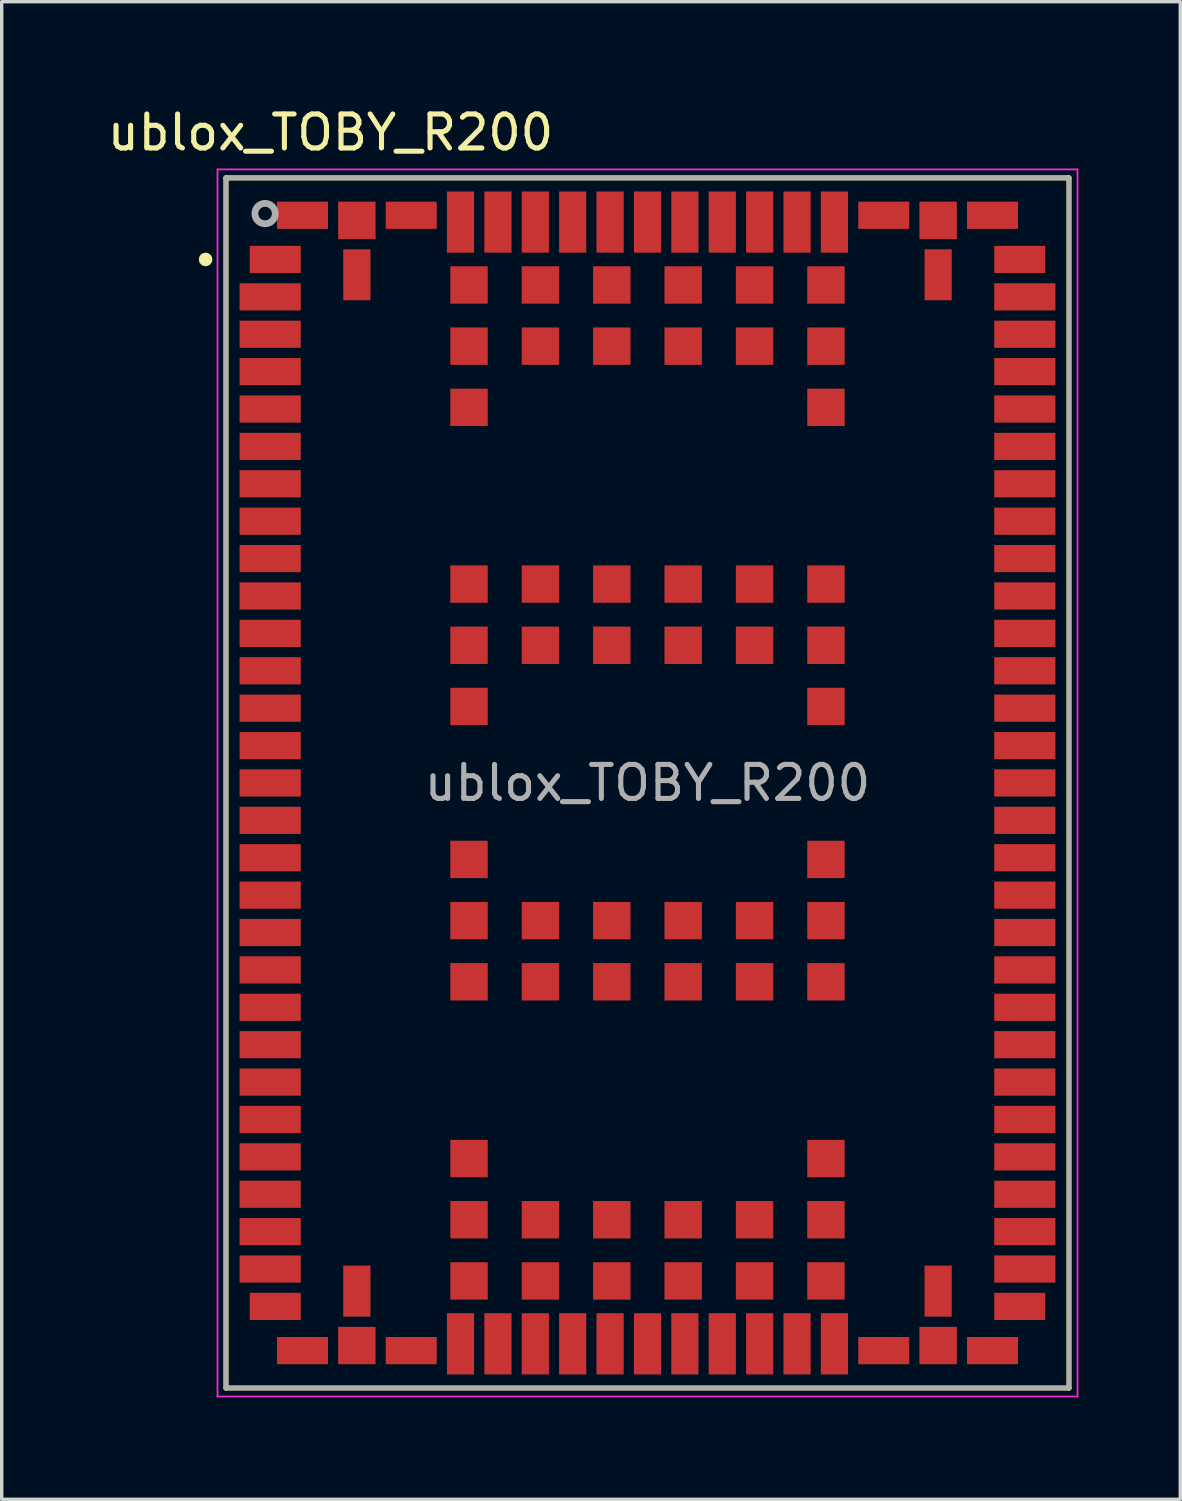
<source format=kicad_pcb>
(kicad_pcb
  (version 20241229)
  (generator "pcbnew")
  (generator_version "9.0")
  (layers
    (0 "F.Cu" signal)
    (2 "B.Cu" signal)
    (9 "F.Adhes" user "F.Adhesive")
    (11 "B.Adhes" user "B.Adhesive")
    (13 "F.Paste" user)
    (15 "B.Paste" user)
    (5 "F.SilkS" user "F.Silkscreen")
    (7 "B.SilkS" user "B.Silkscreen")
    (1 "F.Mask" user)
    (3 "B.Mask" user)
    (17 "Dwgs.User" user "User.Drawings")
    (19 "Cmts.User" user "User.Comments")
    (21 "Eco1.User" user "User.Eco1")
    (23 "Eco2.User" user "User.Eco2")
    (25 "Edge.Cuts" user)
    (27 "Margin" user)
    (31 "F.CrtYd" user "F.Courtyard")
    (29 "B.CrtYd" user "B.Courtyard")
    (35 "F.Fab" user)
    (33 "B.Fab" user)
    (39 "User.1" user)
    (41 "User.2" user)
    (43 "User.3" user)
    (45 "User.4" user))
  (footprint "ublox_TOBY_R200"
    (layer "F.Cu")
    (at 15.998 19.983)
    (property "Reference" "ublox_TOBY_R200" (at -9.325 -19.135 0) (layer "F.SilkS") (effects (font (size 1 1) (thickness 0.15))))
    (attr smd)
    (fp_poly (pts (xy -12.05 -14.75) (xy -10.15 -14.75) (xy -10.15 -13.85) (xy -12.05 -13.85)) (stroke (width 0.01) (type solid)) (fill yes) (layer "F.Mask"))
    (fp_poly (pts (xy -12.05 -13.65) (xy -10.15 -13.65) (xy -10.15 -12.75) (xy -12.05 -12.75)) (stroke (width 0.01) (type solid)) (fill yes) (layer "F.Mask"))
    (fp_poly (pts (xy -12.05 -12.55) (xy -10.15 -12.55) (xy -10.15 -11.65) (xy -12.05 -11.65)) (stroke (width 0.01) (type solid)) (fill yes) (layer "F.Mask"))
    (fp_poly (pts (xy -12.05 -11.45) (xy -10.15 -11.45) (xy -10.15 -10.55) (xy -12.05 -10.55)) (stroke (width 0.01) (type solid)) (fill yes) (layer "F.Mask"))
    (fp_poly (pts (xy -12.05 -10.35) (xy -10.15 -10.35) (xy -10.15 -9.45) (xy -12.05 -9.45)) (stroke (width 0.01) (type solid)) (fill yes) (layer "F.Mask"))
    (fp_poly (pts (xy -12.05 -9.25) (xy -10.15 -9.25) (xy -10.15 -8.35) (xy -12.05 -8.35)) (stroke (width 0.01) (type solid)) (fill yes) (layer "F.Mask"))
    (fp_poly (pts (xy -12.05 -8.15) (xy -10.15 -8.15) (xy -10.15 -7.25) (xy -12.05 -7.25)) (stroke (width 0.01) (type solid)) (fill yes) (layer "F.Mask"))
    (fp_poly (pts (xy -12.05 -7.05) (xy -10.15 -7.05) (xy -10.15 -6.15) (xy -12.05 -6.15)) (stroke (width 0.01) (type solid)) (fill yes) (layer "F.Mask"))
    (fp_poly (pts (xy -12.05 -5.95) (xy -10.15 -5.95) (xy -10.15 -5.05) (xy -12.05 -5.05)) (stroke (width 0.01) (type solid)) (fill yes) (layer "F.Mask"))
    (fp_poly (pts (xy -12.05 -4.85) (xy -10.15 -4.85) (xy -10.15 -3.95) (xy -12.05 -3.95)) (stroke (width 0.01) (type solid)) (fill yes) (layer "F.Mask"))
    (fp_poly (pts (xy -12.05 -3.75) (xy -10.15 -3.75) (xy -10.15 -2.85) (xy -12.05 -2.85)) (stroke (width 0.01) (type solid)) (fill yes) (layer "F.Mask"))
    (fp_poly (pts (xy -12.05 -2.65) (xy -10.15 -2.65) (xy -10.15 -1.75) (xy -12.05 -1.75)) (stroke (width 0.01) (type solid)) (fill yes) (layer "F.Mask"))
    (fp_poly (pts (xy -12.05 -1.55) (xy -10.15 -1.55) (xy -10.15 -0.65) (xy -12.05 -0.65)) (stroke (width 0.01) (type solid)) (fill yes) (layer "F.Mask"))
    (fp_poly (pts (xy -12.05 -0.45) (xy -10.15 -0.45) (xy -10.15 0.45) (xy -12.05 0.45)) (stroke (width 0.01) (type solid)) (fill yes) (layer "F.Mask"))
    (fp_poly (pts (xy -12.05 0.65) (xy -10.15 0.65) (xy -10.15 1.55) (xy -12.05 1.55)) (stroke (width 0.01) (type solid)) (fill yes) (layer "F.Mask"))
    (fp_poly (pts (xy -12.05 1.75) (xy -10.15 1.75) (xy -10.15 2.65) (xy -12.05 2.65)) (stroke (width 0.01) (type solid)) (fill yes) (layer "F.Mask"))
    (fp_poly (pts (xy -12.05 2.85) (xy -10.15 2.85) (xy -10.15 3.75) (xy -12.05 3.75)) (stroke (width 0.01) (type solid)) (fill yes) (layer "F.Mask"))
    (fp_poly (pts (xy -12.05 3.95) (xy -10.15 3.95) (xy -10.15 4.85) (xy -12.05 4.85)) (stroke (width 0.01) (type solid)) (fill yes) (layer "F.Mask"))
    (fp_poly (pts (xy -12.05 5.05) (xy -10.15 5.05) (xy -10.15 5.95) (xy -12.05 5.95)) (stroke (width 0.01) (type solid)) (fill yes) (layer "F.Mask"))
    (fp_poly (pts (xy -12.05 6.15) (xy -10.15 6.15) (xy -10.15 7.05) (xy -12.05 7.05)) (stroke (width 0.01) (type solid)) (fill yes) (layer "F.Mask"))
    (fp_poly (pts (xy -12.05 7.25) (xy -10.15 7.25) (xy -10.15 8.15) (xy -12.05 8.15)) (stroke (width 0.01) (type solid)) (fill yes) (layer "F.Mask"))
    (fp_poly (pts (xy -12.05 8.35) (xy -10.15 8.35) (xy -10.15 9.25) (xy -12.05 9.25)) (stroke (width 0.01) (type solid)) (fill yes) (layer "F.Mask"))
    (fp_poly (pts (xy -12.05 9.45) (xy -10.15 9.45) (xy -10.15 10.35) (xy -12.05 10.35)) (stroke (width 0.01) (type solid)) (fill yes) (layer "F.Mask"))
    (fp_poly (pts (xy -12.05 10.55) (xy -10.15 10.55) (xy -10.15 11.45) (xy -12.05 11.45)) (stroke (width 0.01) (type solid)) (fill yes) (layer "F.Mask"))
    (fp_poly (pts (xy -12.05 11.65) (xy -10.15 11.65) (xy -10.15 12.55) (xy -12.05 12.55)) (stroke (width 0.01) (type solid)) (fill yes) (layer "F.Mask"))
    (fp_poly (pts (xy -12.05 12.75) (xy -10.15 12.75) (xy -10.15 13.65) (xy -12.05 13.65)) (stroke (width 0.01) (type solid)) (fill yes) (layer "F.Mask"))
    (fp_poly (pts (xy -12.05 13.85) (xy -10.15 13.85) (xy -10.15 14.75) (xy -12.05 14.75)) (stroke (width 0.01) (type solid)) (fill yes) (layer "F.Mask"))
    (fp_poly (pts (xy -11.75 -15.85) (xy -10.15 -15.85) (xy -10.15 -14.95) (xy -11.75 -14.95)) (stroke (width 0.01) (type solid)) (fill yes) (layer "F.Mask"))
    (fp_poly (pts (xy -11.75 14.95) (xy -10.15 14.95) (xy -10.15 15.85) (xy -11.75 15.85)) (stroke (width 0.01) (type solid)) (fill yes) (layer "F.Mask"))
    (fp_poly (pts (xy -10.95 -17.15) (xy -9.35 -17.15) (xy -9.35 -16.25) (xy -10.95 -16.25)) (stroke (width 0.01) (type solid)) (fill yes) (layer "F.Mask"))
    (fp_poly (pts (xy -10.95 16.25) (xy -9.35 16.25) (xy -9.35 17.15) (xy -10.95 17.15)) (stroke (width 0.01) (type solid)) (fill yes) (layer "F.Mask"))
    (fp_poly (pts (xy -9.15 -17.15) (xy -7.95 -17.15) (xy -7.95 -15.95) (xy -9.15 -15.95)) (stroke (width 0.01) (type solid)) (fill yes) (layer "F.Mask"))
    (fp_poly (pts (xy -9.15 15.95) (xy -7.95 15.95) (xy -7.95 17.15) (xy -9.15 17.15)) (stroke (width 0.01) (type solid)) (fill yes) (layer "F.Mask"))
    (fp_poly (pts (xy -9 -15.75) (xy -8.1 -15.75) (xy -8.1 -14.15) (xy -9 -14.15)) (stroke (width 0.01) (type solid)) (fill yes) (layer "F.Mask"))
    (fp_poly (pts (xy -9 14.15) (xy -8.1 14.15) (xy -8.1 15.75) (xy -9 15.75)) (stroke (width 0.01) (type solid)) (fill yes) (layer "F.Mask"))
    (fp_poly (pts (xy -7.75 -17.15) (xy -6.15 -17.15) (xy -6.15 -16.25) (xy -7.75 -16.25)) (stroke (width 0.01) (type solid)) (fill yes) (layer "F.Mask"))
    (fp_poly (pts (xy -7.75 16.25) (xy -6.15 16.25) (xy -6.15 17.15) (xy -7.75 17.15)) (stroke (width 0.01) (type solid)) (fill yes) (layer "F.Mask"))
    (fp_poly (pts (xy -5.95 -17.45) (xy -5.05 -17.45) (xy -5.05 -15.55) (xy -5.95 -15.55)) (stroke (width 0.01) (type solid)) (fill yes) (layer "F.Mask"))
    (fp_poly (pts (xy -5.95 15.55) (xy -5.05 15.55) (xy -5.05 17.45) (xy -5.95 17.45)) (stroke (width 0.01) (type solid)) (fill yes) (layer "F.Mask"))
    (fp_poly (pts (xy -5.85 -15.25) (xy -4.65 -15.25) (xy -4.65 -14.05) (xy -5.85 -14.05)) (stroke (width 0.01) (type solid)) (fill yes) (layer "F.Mask"))
    (fp_poly (pts (xy -5.85 -13.45) (xy -4.65 -13.45) (xy -4.65 -12.25) (xy -5.85 -12.25)) (stroke (width 0.01) (type solid)) (fill yes) (layer "F.Mask"))
    (fp_poly (pts (xy -5.85 -11.65) (xy -4.65 -11.65) (xy -4.65 -10.45) (xy -5.85 -10.45)) (stroke (width 0.01) (type solid)) (fill yes) (layer "F.Mask"))
    (fp_poly (pts (xy -5.85 -6.45) (xy -4.65 -6.45) (xy -4.65 -5.25) (xy -5.85 -5.25)) (stroke (width 0.01) (type solid)) (fill yes) (layer "F.Mask"))
    (fp_poly (pts (xy -5.85 -4.65) (xy -4.65 -4.65) (xy -4.65 -3.45) (xy -5.85 -3.45)) (stroke (width 0.01) (type solid)) (fill yes) (layer "F.Mask"))
    (fp_poly (pts (xy -5.85 -2.85) (xy -4.65 -2.85) (xy -4.65 -1.65) (xy -5.85 -1.65)) (stroke (width 0.01) (type solid)) (fill yes) (layer "F.Mask"))
    (fp_poly (pts (xy -5.85 1.65) (xy -4.65 1.65) (xy -4.65 2.85) (xy -5.85 2.85)) (stroke (width 0.01) (type solid)) (fill yes) (layer "F.Mask"))
    (fp_poly (pts (xy -5.85 3.45) (xy -4.65 3.45) (xy -4.65 4.65) (xy -5.85 4.65)) (stroke (width 0.01) (type solid)) (fill yes) (layer "F.Mask"))
    (fp_poly (pts (xy -5.85 5.25) (xy -4.65 5.25) (xy -4.65 6.45) (xy -5.85 6.45)) (stroke (width 0.01) (type solid)) (fill yes) (layer "F.Mask"))
    (fp_poly (pts (xy -5.85 10.45) (xy -4.65 10.45) (xy -4.65 11.65) (xy -5.85 11.65)) (stroke (width 0.01) (type solid)) (fill yes) (layer "F.Mask"))
    (fp_poly (pts (xy -5.85 12.25) (xy -4.65 12.25) (xy -4.65 13.45) (xy -5.85 13.45)) (stroke (width 0.01) (type solid)) (fill yes) (layer "F.Mask"))
    (fp_poly (pts (xy -5.85 14.05) (xy -4.65 14.05) (xy -4.65 15.25) (xy -5.85 15.25)) (stroke (width 0.01) (type solid)) (fill yes) (layer "F.Mask"))
    (fp_poly (pts (xy -4.85 -17.45) (xy -3.95 -17.45) (xy -3.95 -15.55) (xy -4.85 -15.55)) (stroke (width 0.01) (type solid)) (fill yes) (layer "F.Mask"))
    (fp_poly (pts (xy -4.85 15.55) (xy -3.95 15.55) (xy -3.95 17.45) (xy -4.85 17.45)) (stroke (width 0.01) (type solid)) (fill yes) (layer "F.Mask"))
    (fp_poly (pts (xy -3.75 -17.45) (xy -2.85 -17.45) (xy -2.85 -15.55) (xy -3.75 -15.55)) (stroke (width 0.01) (type solid)) (fill yes) (layer "F.Mask"))
    (fp_poly (pts (xy -3.75 -15.25) (xy -2.55 -15.25) (xy -2.55 -14.05) (xy -3.75 -14.05)) (stroke (width 0.01) (type solid)) (fill yes) (layer "F.Mask"))
    (fp_poly (pts (xy -3.75 -13.45) (xy -2.55 -13.45) (xy -2.55 -12.25) (xy -3.75 -12.25)) (stroke (width 0.01) (type solid)) (fill yes) (layer "F.Mask"))
    (fp_poly (pts (xy -3.75 -6.45) (xy -2.55 -6.45) (xy -2.55 -5.25) (xy -3.75 -5.25)) (stroke (width 0.01) (type solid)) (fill yes) (layer "F.Mask"))
    (fp_poly (pts (xy -3.75 -4.65) (xy -2.55 -4.65) (xy -2.55 -3.45) (xy -3.75 -3.45)) (stroke (width 0.01) (type solid)) (fill yes) (layer "F.Mask"))
    (fp_poly (pts (xy -3.75 3.45) (xy -2.55 3.45) (xy -2.55 4.65) (xy -3.75 4.65)) (stroke (width 0.01) (type solid)) (fill yes) (layer "F.Mask"))
    (fp_poly (pts (xy -3.75 5.25) (xy -2.55 5.25) (xy -2.55 6.45) (xy -3.75 6.45)) (stroke (width 0.01) (type solid)) (fill yes) (layer "F.Mask"))
    (fp_poly (pts (xy -3.75 12.25) (xy -2.55 12.25) (xy -2.55 13.45) (xy -3.75 13.45)) (stroke (width 0.01) (type solid)) (fill yes) (layer "F.Mask"))
    (fp_poly (pts (xy -3.75 14.05) (xy -2.55 14.05) (xy -2.55 15.25) (xy -3.75 15.25)) (stroke (width 0.01) (type solid)) (fill yes) (layer "F.Mask"))
    (fp_poly (pts (xy -3.75 15.55) (xy -2.85 15.55) (xy -2.85 17.45) (xy -3.75 17.45)) (stroke (width 0.01) (type solid)) (fill yes) (layer "F.Mask"))
    (fp_poly (pts (xy -2.65 -17.45) (xy -1.75 -17.45) (xy -1.75 -15.55) (xy -2.65 -15.55)) (stroke (width 0.01) (type solid)) (fill yes) (layer "F.Mask"))
    (fp_poly (pts (xy -2.65 15.55) (xy -1.75 15.55) (xy -1.75 17.45) (xy -2.65 17.45)) (stroke (width 0.01) (type solid)) (fill yes) (layer "F.Mask"))
    (fp_poly (pts (xy -1.65 -15.25) (xy -0.45 -15.25) (xy -0.45 -14.05) (xy -1.65 -14.05)) (stroke (width 0.01) (type solid)) (fill yes) (layer "F.Mask"))
    (fp_poly (pts (xy -1.65 -13.45) (xy -0.45 -13.45) (xy -0.45 -12.25) (xy -1.65 -12.25)) (stroke (width 0.01) (type solid)) (fill yes) (layer "F.Mask"))
    (fp_poly (pts (xy -1.65 -6.45) (xy -0.45 -6.45) (xy -0.45 -5.25) (xy -1.65 -5.25)) (stroke (width 0.01) (type solid)) (fill yes) (layer "F.Mask"))
    (fp_poly (pts (xy -1.65 -4.65) (xy -0.45 -4.65) (xy -0.45 -3.45) (xy -1.65 -3.45)) (stroke (width 0.01) (type solid)) (fill yes) (layer "F.Mask"))
    (fp_poly (pts (xy -1.65 3.45) (xy -0.45 3.45) (xy -0.45 4.65) (xy -1.65 4.65)) (stroke (width 0.01) (type solid)) (fill yes) (layer "F.Mask"))
    (fp_poly (pts (xy -1.65 5.25) (xy -0.45 5.25) (xy -0.45 6.45) (xy -1.65 6.45)) (stroke (width 0.01) (type solid)) (fill yes) (layer "F.Mask"))
    (fp_poly (pts (xy -1.65 12.25) (xy -0.45 12.25) (xy -0.45 13.45) (xy -1.65 13.45)) (stroke (width 0.01) (type solid)) (fill yes) (layer "F.Mask"))
    (fp_poly (pts (xy -1.65 14.05) (xy -0.45 14.05) (xy -0.45 15.25) (xy -1.65 15.25)) (stroke (width 0.01) (type solid)) (fill yes) (layer "F.Mask"))
    (fp_poly (pts (xy -1.55 -17.45) (xy -0.65 -17.45) (xy -0.65 -15.55) (xy -1.55 -15.55)) (stroke (width 0.01) (type solid)) (fill yes) (layer "F.Mask"))
    (fp_poly (pts (xy -1.55 15.55) (xy -0.65 15.55) (xy -0.65 17.45) (xy -1.55 17.45)) (stroke (width 0.01) (type solid)) (fill yes) (layer "F.Mask"))
    (fp_poly (pts (xy -0.45 -17.45) (xy 0.45 -17.45) (xy 0.45 -15.55) (xy -0.45 -15.55)) (stroke (width 0.01) (type solid)) (fill yes) (layer "F.Mask"))
    (fp_poly (pts (xy -0.45 15.55) (xy 0.45 15.55) (xy 0.45 17.45) (xy -0.45 17.45)) (stroke (width 0.01) (type solid)) (fill yes) (layer "F.Mask"))
    (fp_poly (pts (xy 0.45 -15.25) (xy 1.65 -15.25) (xy 1.65 -14.05) (xy 0.45 -14.05)) (stroke (width 0.01) (type solid)) (fill yes) (layer "F.Mask"))
    (fp_poly (pts (xy 0.45 -13.45) (xy 1.65 -13.45) (xy 1.65 -12.25) (xy 0.45 -12.25)) (stroke (width 0.01) (type solid)) (fill yes) (layer "F.Mask"))
    (fp_poly (pts (xy 0.45 -6.45) (xy 1.65 -6.45) (xy 1.65 -5.25) (xy 0.45 -5.25)) (stroke (width 0.01) (type solid)) (fill yes) (layer "F.Mask"))
    (fp_poly (pts (xy 0.45 -4.65) (xy 1.65 -4.65) (xy 1.65 -3.45) (xy 0.45 -3.45)) (stroke (width 0.01) (type solid)) (fill yes) (layer "F.Mask"))
    (fp_poly (pts (xy 0.45 3.45) (xy 1.65 3.45) (xy 1.65 4.65) (xy 0.45 4.65)) (stroke (width 0.01) (type solid)) (fill yes) (layer "F.Mask"))
    (fp_poly (pts (xy 0.45 5.25) (xy 1.65 5.25) (xy 1.65 6.45) (xy 0.45 6.45)) (stroke (width 0.01) (type solid)) (fill yes) (layer "F.Mask"))
    (fp_poly (pts (xy 0.45 12.25) (xy 1.65 12.25) (xy 1.65 13.45) (xy 0.45 13.45)) (stroke (width 0.01) (type solid)) (fill yes) (layer "F.Mask"))
    (fp_poly (pts (xy 0.45 14.05) (xy 1.65 14.05) (xy 1.65 15.25) (xy 0.45 15.25)) (stroke (width 0.01) (type solid)) (fill yes) (layer "F.Mask"))
    (fp_poly (pts (xy 0.65 -17.45) (xy 1.55 -17.45) (xy 1.55 -15.55) (xy 0.65 -15.55)) (stroke (width 0.01) (type solid)) (fill yes) (layer "F.Mask"))
    (fp_poly (pts (xy 0.65 15.55) (xy 1.55 15.55) (xy 1.55 17.45) (xy 0.65 17.45)) (stroke (width 0.01) (type solid)) (fill yes) (layer "F.Mask"))
    (fp_poly (pts (xy 1.75 -17.45) (xy 2.65 -17.45) (xy 2.65 -15.55) (xy 1.75 -15.55)) (stroke (width 0.01) (type solid)) (fill yes) (layer "F.Mask"))
    (fp_poly (pts (xy 1.75 15.55) (xy 2.65 15.55) (xy 2.65 17.45) (xy 1.75 17.45)) (stroke (width 0.01) (type solid)) (fill yes) (layer "F.Mask"))
    (fp_poly (pts (xy 2.55 -15.25) (xy 3.75 -15.25) (xy 3.75 -14.05) (xy 2.55 -14.05)) (stroke (width 0.01) (type solid)) (fill yes) (layer "F.Mask"))
    (fp_poly (pts (xy 2.55 -13.45) (xy 3.75 -13.45) (xy 3.75 -12.25) (xy 2.55 -12.25)) (stroke (width 0.01) (type solid)) (fill yes) (layer "F.Mask"))
    (fp_poly (pts (xy 2.55 -6.45) (xy 3.75 -6.45) (xy 3.75 -5.25) (xy 2.55 -5.25)) (stroke (width 0.01) (type solid)) (fill yes) (layer "F.Mask"))
    (fp_poly (pts (xy 2.55 -4.65) (xy 3.75 -4.65) (xy 3.75 -3.45) (xy 2.55 -3.45)) (stroke (width 0.01) (type solid)) (fill yes) (layer "F.Mask"))
    (fp_poly (pts (xy 2.55 3.45) (xy 3.75 3.45) (xy 3.75 4.65) (xy 2.55 4.65)) (stroke (width 0.01) (type solid)) (fill yes) (layer "F.Mask"))
    (fp_poly (pts (xy 2.55 5.25) (xy 3.75 5.25) (xy 3.75 6.45) (xy 2.55 6.45)) (stroke (width 0.01) (type solid)) (fill yes) (layer "F.Mask"))
    (fp_poly (pts (xy 2.55 12.25) (xy 3.75 12.25) (xy 3.75 13.45) (xy 2.55 13.45)) (stroke (width 0.01) (type solid)) (fill yes) (layer "F.Mask"))
    (fp_poly (pts (xy 2.55 14.05) (xy 3.75 14.05) (xy 3.75 15.25) (xy 2.55 15.25)) (stroke (width 0.01) (type solid)) (fill yes) (layer "F.Mask"))
    (fp_poly (pts (xy 2.85 -17.45) (xy 3.75 -17.45) (xy 3.75 -15.55) (xy 2.85 -15.55)) (stroke (width 0.01) (type solid)) (fill yes) (layer "F.Mask"))
    (fp_poly (pts (xy 2.85 15.55) (xy 3.75 15.55) (xy 3.75 17.45) (xy 2.85 17.45)) (stroke (width 0.01) (type solid)) (fill yes) (layer "F.Mask"))
    (fp_poly (pts (xy 3.95 -17.45) (xy 4.85 -17.45) (xy 4.85 -15.55) (xy 3.95 -15.55)) (stroke (width 0.01) (type solid)) (fill yes) (layer "F.Mask"))
    (fp_poly (pts (xy 3.95 15.55) (xy 4.85 15.55) (xy 4.85 17.45) (xy 3.95 17.45)) (stroke (width 0.01) (type solid)) (fill yes) (layer "F.Mask"))
    (fp_poly (pts (xy 4.65 -15.25) (xy 5.85 -15.25) (xy 5.85 -14.05) (xy 4.65 -14.05)) (stroke (width 0.01) (type solid)) (fill yes) (layer "F.Mask"))
    (fp_poly (pts (xy 4.65 -13.45) (xy 5.85 -13.45) (xy 5.85 -12.25) (xy 4.65 -12.25)) (stroke (width 0.01) (type solid)) (fill yes) (layer "F.Mask"))
    (fp_poly (pts (xy 4.65 -11.65) (xy 5.85 -11.65) (xy 5.85 -10.45) (xy 4.65 -10.45)) (stroke (width 0.01) (type solid)) (fill yes) (layer "F.Mask"))
    (fp_poly (pts (xy 4.65 -6.45) (xy 5.85 -6.45) (xy 5.85 -5.25) (xy 4.65 -5.25)) (stroke (width 0.01) (type solid)) (fill yes) (layer "F.Mask"))
    (fp_poly (pts (xy 4.65 -4.65) (xy 5.85 -4.65) (xy 5.85 -3.45) (xy 4.65 -3.45)) (stroke (width 0.01) (type solid)) (fill yes) (layer "F.Mask"))
    (fp_poly (pts (xy 4.65 -2.85) (xy 5.85 -2.85) (xy 5.85 -1.65) (xy 4.65 -1.65)) (stroke (width 0.01) (type solid)) (fill yes) (layer "F.Mask"))
    (fp_poly (pts (xy 4.65 1.65) (xy 5.85 1.65) (xy 5.85 2.85) (xy 4.65 2.85)) (stroke (width 0.01) (type solid)) (fill yes) (layer "F.Mask"))
    (fp_poly (pts (xy 4.65 3.45) (xy 5.85 3.45) (xy 5.85 4.65) (xy 4.65 4.65)) (stroke (width 0.01) (type solid)) (fill yes) (layer "F.Mask"))
    (fp_poly (pts (xy 4.65 5.25) (xy 5.85 5.25) (xy 5.85 6.45) (xy 4.65 6.45)) (stroke (width 0.01) (type solid)) (fill yes) (layer "F.Mask"))
    (fp_poly (pts (xy 4.65 10.45) (xy 5.85 10.45) (xy 5.85 11.65) (xy 4.65 11.65)) (stroke (width 0.01) (type solid)) (fill yes) (layer "F.Mask"))
    (fp_poly (pts (xy 4.65 12.25) (xy 5.85 12.25) (xy 5.85 13.45) (xy 4.65 13.45)) (stroke (width 0.01) (type solid)) (fill yes) (layer "F.Mask"))
    (fp_poly (pts (xy 4.65 14.05) (xy 5.85 14.05) (xy 5.85 15.25) (xy 4.65 15.25)) (stroke (width 0.01) (type solid)) (fill yes) (layer "F.Mask"))
    (fp_poly (pts (xy 5.05 -17.45) (xy 5.95 -17.45) (xy 5.95 -15.55) (xy 5.05 -15.55)) (stroke (width 0.01) (type solid)) (fill yes) (layer "F.Mask"))
    (fp_poly (pts (xy 5.05 15.55) (xy 5.95 15.55) (xy 5.95 17.45) (xy 5.05 17.45)) (stroke (width 0.01) (type solid)) (fill yes) (layer "F.Mask"))
    (fp_poly (pts (xy 6.15 -17.15) (xy 7.75 -17.15) (xy 7.75 -16.25) (xy 6.15 -16.25)) (stroke (width 0.01) (type solid)) (fill yes) (layer "F.Mask"))
    (fp_poly (pts (xy 6.15 16.25) (xy 7.75 16.25) (xy 7.75 17.15) (xy 6.15 17.15)) (stroke (width 0.01) (type solid)) (fill yes) (layer "F.Mask"))
    (fp_poly (pts (xy 7.95 -17.15) (xy 9.15 -17.15) (xy 9.15 -15.95) (xy 7.95 -15.95)) (stroke (width 0.01) (type solid)) (fill yes) (layer "F.Mask"))
    (fp_poly (pts (xy 7.95 15.95) (xy 9.15 15.95) (xy 9.15 17.15) (xy 7.95 17.15)) (stroke (width 0.01) (type solid)) (fill yes) (layer "F.Mask"))
    (fp_poly (pts (xy 8.1 -15.75) (xy 9 -15.75) (xy 9 -14.15) (xy 8.1 -14.15)) (stroke (width 0.01) (type solid)) (fill yes) (layer "F.Mask"))
    (fp_poly (pts (xy 8.1 14.15) (xy 9 14.15) (xy 9 15.75) (xy 8.1 15.75)) (stroke (width 0.01) (type solid)) (fill yes) (layer "F.Mask"))
    (fp_poly (pts (xy 9.35 -17.15) (xy 10.95 -17.15) (xy 10.95 -16.25) (xy 9.35 -16.25)) (stroke (width 0.01) (type solid)) (fill yes) (layer "F.Mask"))
    (fp_poly (pts (xy 9.35 16.25) (xy 10.95 16.25) (xy 10.95 17.15) (xy 9.35 17.15)) (stroke (width 0.01) (type solid)) (fill yes) (layer "F.Mask"))
    (fp_poly (pts (xy 10.15 -15.85) (xy 11.75 -15.85) (xy 11.75 -14.95) (xy 10.15 -14.95)) (stroke (width 0.01) (type solid)) (fill yes) (layer "F.Mask"))
    (fp_poly (pts (xy 10.15 -14.75) (xy 12.05 -14.75) (xy 12.05 -13.85) (xy 10.15 -13.85)) (stroke (width 0.01) (type solid)) (fill yes) (layer "F.Mask"))
    (fp_poly (pts (xy 10.15 -13.65) (xy 12.05 -13.65) (xy 12.05 -12.75) (xy 10.15 -12.75)) (stroke (width 0.01) (type solid)) (fill yes) (layer "F.Mask"))
    (fp_poly (pts (xy 10.15 -12.55) (xy 12.05 -12.55) (xy 12.05 -11.65) (xy 10.15 -11.65)) (stroke (width 0.01) (type solid)) (fill yes) (layer "F.Mask"))
    (fp_poly (pts (xy 10.15 -11.45) (xy 12.05 -11.45) (xy 12.05 -10.55) (xy 10.15 -10.55)) (stroke (width 0.01) (type solid)) (fill yes) (layer "F.Mask"))
    (fp_poly (pts (xy 10.15 -10.35) (xy 12.05 -10.35) (xy 12.05 -9.45) (xy 10.15 -9.45)) (stroke (width 0.01) (type solid)) (fill yes) (layer "F.Mask"))
    (fp_poly (pts (xy 10.15 -9.25) (xy 12.05 -9.25) (xy 12.05 -8.35) (xy 10.15 -8.35)) (stroke (width 0.01) (type solid)) (fill yes) (layer "F.Mask"))
    (fp_poly (pts (xy 10.15 -8.15) (xy 12.05 -8.15) (xy 12.05 -7.25) (xy 10.15 -7.25)) (stroke (width 0.01) (type solid)) (fill yes) (layer "F.Mask"))
    (fp_poly (pts (xy 10.15 -7.05) (xy 12.05 -7.05) (xy 12.05 -6.15) (xy 10.15 -6.15)) (stroke (width 0.01) (type solid)) (fill yes) (layer "F.Mask"))
    (fp_poly (pts (xy 10.15 -5.95) (xy 12.05 -5.95) (xy 12.05 -5.05) (xy 10.15 -5.05)) (stroke (width 0.01) (type solid)) (fill yes) (layer "F.Mask"))
    (fp_poly (pts (xy 10.15 -4.85) (xy 12.05 -4.85) (xy 12.05 -3.95) (xy 10.15 -3.95)) (stroke (width 0.01) (type solid)) (fill yes) (layer "F.Mask"))
    (fp_poly (pts (xy 10.15 -3.75) (xy 12.05 -3.75) (xy 12.05 -2.85) (xy 10.15 -2.85)) (stroke (width 0.01) (type solid)) (fill yes) (layer "F.Mask"))
    (fp_poly (pts (xy 10.15 -2.65) (xy 12.05 -2.65) (xy 12.05 -1.75) (xy 10.15 -1.75)) (stroke (width 0.01) (type solid)) (fill yes) (layer "F.Mask"))
    (fp_poly (pts (xy 10.15 -1.55) (xy 12.05 -1.55) (xy 12.05 -0.65) (xy 10.15 -0.65)) (stroke (width 0.01) (type solid)) (fill yes) (layer "F.Mask"))
    (fp_poly (pts (xy 10.15 -0.45) (xy 12.05 -0.45) (xy 12.05 0.45) (xy 10.15 0.45)) (stroke (width 0.01) (type solid)) (fill yes) (layer "F.Mask"))
    (fp_poly (pts (xy 10.15 0.65) (xy 12.05 0.65) (xy 12.05 1.55) (xy 10.15 1.55)) (stroke (width 0.01) (type solid)) (fill yes) (layer "F.Mask"))
    (fp_poly (pts (xy 10.15 1.75) (xy 12.05 1.75) (xy 12.05 2.65) (xy 10.15 2.65)) (stroke (width 0.01) (type solid)) (fill yes) (layer "F.Mask"))
    (fp_poly (pts (xy 10.15 2.85) (xy 12.05 2.85) (xy 12.05 3.75) (xy 10.15 3.75)) (stroke (width 0.01) (type solid)) (fill yes) (layer "F.Mask"))
    (fp_poly (pts (xy 10.15 3.95) (xy 12.05 3.95) (xy 12.05 4.85) (xy 10.15 4.85)) (stroke (width 0.01) (type solid)) (fill yes) (layer "F.Mask"))
    (fp_poly (pts (xy 10.15 5.05) (xy 12.05 5.05) (xy 12.05 5.95) (xy 10.15 5.95)) (stroke (width 0.01) (type solid)) (fill yes) (layer "F.Mask"))
    (fp_poly (pts (xy 10.15 6.15) (xy 12.05 6.15) (xy 12.05 7.05) (xy 10.15 7.05)) (stroke (width 0.01) (type solid)) (fill yes) (layer "F.Mask"))
    (fp_poly (pts (xy 10.15 7.25) (xy 12.05 7.25) (xy 12.05 8.15) (xy 10.15 8.15)) (stroke (width 0.01) (type solid)) (fill yes) (layer "F.Mask"))
    (fp_poly (pts (xy 10.15 8.35) (xy 12.05 8.35) (xy 12.05 9.25) (xy 10.15 9.25)) (stroke (width 0.01) (type solid)) (fill yes) (layer "F.Mask"))
    (fp_poly (pts (xy 10.15 9.45) (xy 12.05 9.45) (xy 12.05 10.35) (xy 10.15 10.35)) (stroke (width 0.01) (type solid)) (fill yes) (layer "F.Mask"))
    (fp_poly (pts (xy 10.15 10.55) (xy 12.05 10.55) (xy 12.05 11.45) (xy 10.15 11.45)) (stroke (width 0.01) (type solid)) (fill yes) (layer "F.Mask"))
    (fp_poly (pts (xy 10.15 11.65) (xy 12.05 11.65) (xy 12.05 12.55) (xy 10.15 12.55)) (stroke (width 0.01) (type solid)) (fill yes) (layer "F.Mask"))
    (fp_poly (pts (xy 10.15 12.75) (xy 12.05 12.75) (xy 12.05 13.65) (xy 10.15 13.65)) (stroke (width 0.01) (type solid)) (fill yes) (layer "F.Mask"))
    (fp_poly (pts (xy 10.15 13.85) (xy 12.05 13.85) (xy 12.05 14.75) (xy 10.15 14.75)) (stroke (width 0.01) (type solid)) (fill yes) (layer "F.Mask"))
    (fp_poly (pts (xy 10.15 14.95) (xy 11.75 14.95) (xy 11.75 15.85) (xy 10.15 15.85)) (stroke (width 0.01) (type solid)) (fill yes) (layer "F.Mask"))
    (fp_line (start -12.4 -17.8) (end 12.4 -17.8) (stroke (width 0.15) (type solid)) (layer "F.SilkS"))
    (fp_line (start -12.4 17.8) (end -12.4 -17.8) (stroke (width 0.15) (type solid)) (layer "F.SilkS"))
    (fp_line (start 12.4 -17.8) (end 12.4 17.8) (stroke (width 0.15) (type solid)) (layer "F.SilkS"))
    (fp_line (start 12.4 17.8) (end -12.4 17.8) (stroke (width 0.15) (type solid)) (layer "F.SilkS"))
    (fp_circle (center -13 -15.4) (end -12.9 -15.4) (stroke (width 0.2) (type solid)) (fill no) (layer "F.SilkS"))
    (fp_poly (pts (xy -11.975 -14.675) (xy -10.225 -14.675) (xy -10.225 -13.925) (xy -11.975 -13.925)) (stroke (width 0.01) (type solid)) (fill yes) (layer "F.Paste"))
    (fp_poly (pts (xy -11.975 -13.575) (xy -10.225 -13.575) (xy -10.225 -12.825) (xy -11.975 -12.825)) (stroke (width 0.01) (type solid)) (fill yes) (layer "F.Paste"))
    (fp_poly (pts (xy -11.975 -12.475) (xy -10.225 -12.475) (xy -10.225 -11.725) (xy -11.975 -11.725)) (stroke (width 0.01) (type solid)) (fill yes) (layer "F.Paste"))
    (fp_poly (pts (xy -11.975 -11.375) (xy -10.225 -11.375) (xy -10.225 -10.625) (xy -11.975 -10.625)) (stroke (width 0.01) (type solid)) (fill yes) (layer "F.Paste"))
    (fp_poly (pts (xy -11.975 -10.275) (xy -10.225 -10.275) (xy -10.225 -9.525) (xy -11.975 -9.525)) (stroke (width 0.01) (type solid)) (fill yes) (layer "F.Paste"))
    (fp_poly (pts (xy -11.975 -9.175) (xy -10.225 -9.175) (xy -10.225 -8.425) (xy -11.975 -8.425)) (stroke (width 0.01) (type solid)) (fill yes) (layer "F.Paste"))
    (fp_poly (pts (xy -11.975 -8.075) (xy -10.225 -8.075) (xy -10.225 -7.325) (xy -11.975 -7.325)) (stroke (width 0.01) (type solid)) (fill yes) (layer "F.Paste"))
    (fp_poly (pts (xy -11.975 -6.975) (xy -10.225 -6.975) (xy -10.225 -6.225) (xy -11.975 -6.225)) (stroke (width 0.01) (type solid)) (fill yes) (layer "F.Paste"))
    (fp_poly (pts (xy -11.975 -5.875) (xy -10.225 -5.875) (xy -10.225 -5.125) (xy -11.975 -5.125)) (stroke (width 0.01) (type solid)) (fill yes) (layer "F.Paste"))
    (fp_poly (pts (xy -11.975 -4.775) (xy -10.225 -4.775) (xy -10.225 -4.025) (xy -11.975 -4.025)) (stroke (width 0.01) (type solid)) (fill yes) (layer "F.Paste"))
    (fp_poly (pts (xy -11.975 -3.675) (xy -10.225 -3.675) (xy -10.225 -2.925) (xy -11.975 -2.925)) (stroke (width 0.01) (type solid)) (fill yes) (layer "F.Paste"))
    (fp_poly (pts (xy -11.975 -2.575) (xy -10.225 -2.575) (xy -10.225 -1.825) (xy -11.975 -1.825)) (stroke (width 0.01) (type solid)) (fill yes) (layer "F.Paste"))
    (fp_poly (pts (xy -11.975 -1.475) (xy -10.225 -1.475) (xy -10.225 -0.725) (xy -11.975 -0.725)) (stroke (width 0.01) (type solid)) (fill yes) (layer "F.Paste"))
    (fp_poly (pts (xy -11.975 -0.375) (xy -10.225 -0.375) (xy -10.225 0.375) (xy -11.975 0.375)) (stroke (width 0.01) (type solid)) (fill yes) (layer "F.Paste"))
    (fp_poly (pts (xy -11.975 0.725) (xy -10.225 0.725) (xy -10.225 1.475) (xy -11.975 1.475)) (stroke (width 0.01) (type solid)) (fill yes) (layer "F.Paste"))
    (fp_poly (pts (xy -11.975 1.825) (xy -10.225 1.825) (xy -10.225 2.575) (xy -11.975 2.575)) (stroke (width 0.01) (type solid)) (fill yes) (layer "F.Paste"))
    (fp_poly (pts (xy -11.975 2.925) (xy -10.225 2.925) (xy -10.225 3.675) (xy -11.975 3.675)) (stroke (width 0.01) (type solid)) (fill yes) (layer "F.Paste"))
    (fp_poly (pts (xy -11.975 4.025) (xy -10.225 4.025) (xy -10.225 4.775) (xy -11.975 4.775)) (stroke (width 0.01) (type solid)) (fill yes) (layer "F.Paste"))
    (fp_poly (pts (xy -11.975 5.125) (xy -10.225 5.125) (xy -10.225 5.875) (xy -11.975 5.875)) (stroke (width 0.01) (type solid)) (fill yes) (layer "F.Paste"))
    (fp_poly (pts (xy -11.975 6.225) (xy -10.225 6.225) (xy -10.225 6.975) (xy -11.975 6.975)) (stroke (width 0.01) (type solid)) (fill yes) (layer "F.Paste"))
    (fp_poly (pts (xy -11.975 7.325) (xy -10.225 7.325) (xy -10.225 8.075) (xy -11.975 8.075)) (stroke (width 0.01) (type solid)) (fill yes) (layer "F.Paste"))
    (fp_poly (pts (xy -11.975 8.425) (xy -10.225 8.425) (xy -10.225 9.175) (xy -11.975 9.175)) (stroke (width 0.01) (type solid)) (fill yes) (layer "F.Paste"))
    (fp_poly (pts (xy -11.975 9.525) (xy -10.225 9.525) (xy -10.225 10.275) (xy -11.975 10.275)) (stroke (width 0.01) (type solid)) (fill yes) (layer "F.Paste"))
    (fp_poly (pts (xy -11.975 10.625) (xy -10.225 10.625) (xy -10.225 11.375) (xy -11.975 11.375)) (stroke (width 0.01) (type solid)) (fill yes) (layer "F.Paste"))
    (fp_poly (pts (xy -11.975 11.725) (xy -10.225 11.725) (xy -10.225 12.475) (xy -11.975 12.475)) (stroke (width 0.01) (type solid)) (fill yes) (layer "F.Paste"))
    (fp_poly (pts (xy -11.975 12.825) (xy -10.225 12.825) (xy -10.225 13.575) (xy -11.975 13.575)) (stroke (width 0.01) (type solid)) (fill yes) (layer "F.Paste"))
    (fp_poly (pts (xy -11.975 13.925) (xy -10.225 13.925) (xy -10.225 14.675) (xy -11.975 14.675)) (stroke (width 0.01) (type solid)) (fill yes) (layer "F.Paste"))
    (fp_poly (pts (xy -10.925 -17.125) (xy -9.375 -17.125) (xy -9.375 -16.275) (xy -10.925 -16.275)) (stroke (width 0.01) (type solid)) (fill yes) (layer "F.Paste"))
    (fp_poly (pts (xy -10.925 16.275) (xy -9.375 16.275) (xy -9.375 17.125) (xy -10.925 17.125)) (stroke (width 0.01) (type solid)) (fill yes) (layer "F.Paste"))
    (fp_poly (pts (xy -9.125 -17.125) (xy -7.975 -17.125) (xy -7.975 -15.975) (xy -9.125 -15.975)) (stroke (width 0.01) (type solid)) (fill yes) (layer "F.Paste"))
    (fp_poly (pts (xy -9.125 15.975) (xy -7.975 15.975) (xy -7.975 17.125) (xy -9.125 17.125)) (stroke (width 0.01) (type solid)) (fill yes) (layer "F.Paste"))
    (fp_poly (pts (xy -8.975 -15.725) (xy -8.125 -15.725) (xy -8.125 -14.175) (xy -8.975 -14.175)) (stroke (width 0.01) (type solid)) (fill yes) (layer "F.Paste"))
    (fp_poly (pts (xy -8.975 14.175) (xy -8.125 14.175) (xy -8.125 15.725) (xy -8.975 15.725)) (stroke (width 0.01) (type solid)) (fill yes) (layer "F.Paste"))
    (fp_poly (pts (xy -7.725 -17.125) (xy -6.175 -17.125) (xy -6.175 -16.275) (xy -7.725 -16.275)) (stroke (width 0.01) (type solid)) (fill yes) (layer "F.Paste"))
    (fp_poly (pts (xy -7.725 16.275) (xy -6.175 16.275) (xy -6.175 17.125) (xy -7.725 17.125)) (stroke (width 0.01) (type solid)) (fill yes) (layer "F.Paste"))
    (fp_poly (pts (xy -5.875 -17.375) (xy -5.125 -17.375) (xy -5.125 -15.625) (xy -5.875 -15.625)) (stroke (width 0.01) (type solid)) (fill yes) (layer "F.Paste"))
    (fp_poly (pts (xy -5.875 15.625) (xy -5.125 15.625) (xy -5.125 17.375) (xy -5.875 17.375)) (stroke (width 0.01) (type solid)) (fill yes) (layer "F.Paste"))
    (fp_poly (pts (xy -5.775 -15.175) (xy -4.725 -15.175) (xy -4.725 -14.125) (xy -5.775 -14.125)) (stroke (width 0.01) (type solid)) (fill yes) (layer "F.Paste"))
    (fp_poly (pts (xy -5.775 -13.375) (xy -4.725 -13.375) (xy -4.725 -12.325) (xy -5.775 -12.325)) (stroke (width 0.01) (type solid)) (fill yes) (layer "F.Paste"))
    (fp_poly (pts (xy -5.775 -11.575) (xy -4.725 -11.575) (xy -4.725 -10.525) (xy -5.775 -10.525)) (stroke (width 0.01) (type solid)) (fill yes) (layer "F.Paste"))
    (fp_poly (pts (xy -5.775 -6.375) (xy -4.725 -6.375) (xy -4.725 -5.325) (xy -5.775 -5.325)) (stroke (width 0.01) (type solid)) (fill yes) (layer "F.Paste"))
    (fp_poly (pts (xy -5.775 -4.575) (xy -4.725 -4.575) (xy -4.725 -3.525) (xy -5.775 -3.525)) (stroke (width 0.01) (type solid)) (fill yes) (layer "F.Paste"))
    (fp_poly (pts (xy -5.775 -2.775) (xy -4.725 -2.775) (xy -4.725 -1.725) (xy -5.775 -1.725)) (stroke (width 0.01) (type solid)) (fill yes) (layer "F.Paste"))
    (fp_poly (pts (xy -5.775 1.725) (xy -4.725 1.725) (xy -4.725 2.775) (xy -5.775 2.775)) (stroke (width 0.01) (type solid)) (fill yes) (layer "F.Paste"))
    (fp_poly (pts (xy -5.775 3.525) (xy -4.725 3.525) (xy -4.725 4.575) (xy -5.775 4.575)) (stroke (width 0.01) (type solid)) (fill yes) (layer "F.Paste"))
    (fp_poly (pts (xy -5.775 5.325) (xy -4.725 5.325) (xy -4.725 6.375) (xy -5.775 6.375)) (stroke (width 0.01) (type solid)) (fill yes) (layer "F.Paste"))
    (fp_poly (pts (xy -5.775 10.525) (xy -4.725 10.525) (xy -4.725 11.575) (xy -5.775 11.575)) (stroke (width 0.01) (type solid)) (fill yes) (layer "F.Paste"))
    (fp_poly (pts (xy -5.775 12.325) (xy -4.725 12.325) (xy -4.725 13.375) (xy -5.775 13.375)) (stroke (width 0.01) (type solid)) (fill yes) (layer "F.Paste"))
    (fp_poly (pts (xy -5.775 14.125) (xy -4.725 14.125) (xy -4.725 15.175) (xy -5.775 15.175)) (stroke (width 0.01) (type solid)) (fill yes) (layer "F.Paste"))
    (fp_poly (pts (xy -4.775 -17.375) (xy -4.025 -17.375) (xy -4.025 -15.625) (xy -4.775 -15.625)) (stroke (width 0.01) (type solid)) (fill yes) (layer "F.Paste"))
    (fp_poly (pts (xy -4.775 15.625) (xy -4.025 15.625) (xy -4.025 17.375) (xy -4.775 17.375)) (stroke (width 0.01) (type solid)) (fill yes) (layer "F.Paste"))
    (fp_poly (pts (xy -3.675 -17.375) (xy -2.925 -17.375) (xy -2.925 -15.625) (xy -3.675 -15.625)) (stroke (width 0.01) (type solid)) (fill yes) (layer "F.Paste"))
    (fp_poly (pts (xy -3.675 -15.175) (xy -2.625 -15.175) (xy -2.625 -14.125) (xy -3.675 -14.125)) (stroke (width 0.01) (type solid)) (fill yes) (layer "F.Paste"))
    (fp_poly (pts (xy -3.675 -13.375) (xy -2.625 -13.375) (xy -2.625 -12.325) (xy -3.675 -12.325)) (stroke (width 0.01) (type solid)) (fill yes) (layer "F.Paste"))
    (fp_poly (pts (xy -3.675 -6.375) (xy -2.625 -6.375) (xy -2.625 -5.325) (xy -3.675 -5.325)) (stroke (width 0.01) (type solid)) (fill yes) (layer "F.Paste"))
    (fp_poly (pts (xy -3.675 -4.575) (xy -2.625 -4.575) (xy -2.625 -3.525) (xy -3.675 -3.525)) (stroke (width 0.01) (type solid)) (fill yes) (layer "F.Paste"))
    (fp_poly (pts (xy -3.675 3.525) (xy -2.625 3.525) (xy -2.625 4.575) (xy -3.675 4.575)) (stroke (width 0.01) (type solid)) (fill yes) (layer "F.Paste"))
    (fp_poly (pts (xy -3.675 5.325) (xy -2.625 5.325) (xy -2.625 6.375) (xy -3.675 6.375)) (stroke (width 0.01) (type solid)) (fill yes) (layer "F.Paste"))
    (fp_poly (pts (xy -3.675 12.325) (xy -2.625 12.325) (xy -2.625 13.375) (xy -3.675 13.375)) (stroke (width 0.01) (type solid)) (fill yes) (layer "F.Paste"))
    (fp_poly (pts (xy -3.675 14.125) (xy -2.625 14.125) (xy -2.625 15.175) (xy -3.675 15.175)) (stroke (width 0.01) (type solid)) (fill yes) (layer "F.Paste"))
    (fp_poly (pts (xy -3.675 15.625) (xy -2.925 15.625) (xy -2.925 17.375) (xy -3.675 17.375)) (stroke (width 0.01) (type solid)) (fill yes) (layer "F.Paste"))
    (fp_poly (pts (xy -2.575 -17.375) (xy -1.825 -17.375) (xy -1.825 -15.625) (xy -2.575 -15.625)) (stroke (width 0.01) (type solid)) (fill yes) (layer "F.Paste"))
    (fp_poly (pts (xy -2.575 15.625) (xy -1.825 15.625) (xy -1.825 17.375) (xy -2.575 17.375)) (stroke (width 0.01) (type solid)) (fill yes) (layer "F.Paste"))
    (fp_poly (pts (xy -1.575 -15.175) (xy -0.525 -15.175) (xy -0.525 -14.125) (xy -1.575 -14.125)) (stroke (width 0.01) (type solid)) (fill yes) (layer "F.Paste"))
    (fp_poly (pts (xy -1.575 -13.375) (xy -0.525 -13.375) (xy -0.525 -12.325) (xy -1.575 -12.325)) (stroke (width 0.01) (type solid)) (fill yes) (layer "F.Paste"))
    (fp_poly (pts (xy -1.575 -6.375) (xy -0.525 -6.375) (xy -0.525 -5.325) (xy -1.575 -5.325)) (stroke (width 0.01) (type solid)) (fill yes) (layer "F.Paste"))
    (fp_poly (pts (xy -1.575 -4.575) (xy -0.525 -4.575) (xy -0.525 -3.525) (xy -1.575 -3.525)) (stroke (width 0.01) (type solid)) (fill yes) (layer "F.Paste"))
    (fp_poly (pts (xy -1.575 3.525) (xy -0.525 3.525) (xy -0.525 4.575) (xy -1.575 4.575)) (stroke (width 0.01) (type solid)) (fill yes) (layer "F.Paste"))
    (fp_poly (pts (xy -1.575 5.325) (xy -0.525 5.325) (xy -0.525 6.375) (xy -1.575 6.375)) (stroke (width 0.01) (type solid)) (fill yes) (layer "F.Paste"))
    (fp_poly (pts (xy -1.575 12.325) (xy -0.525 12.325) (xy -0.525 13.375) (xy -1.575 13.375)) (stroke (width 0.01) (type solid)) (fill yes) (layer "F.Paste"))
    (fp_poly (pts (xy -1.575 14.125) (xy -0.525 14.125) (xy -0.525 15.175) (xy -1.575 15.175)) (stroke (width 0.01) (type solid)) (fill yes) (layer "F.Paste"))
    (fp_poly (pts (xy -1.475 -17.375) (xy -0.725 -17.375) (xy -0.725 -15.625) (xy -1.475 -15.625)) (stroke (width 0.01) (type solid)) (fill yes) (layer "F.Paste"))
    (fp_poly (pts (xy -1.475 15.625) (xy -0.725 15.625) (xy -0.725 17.375) (xy -1.475 17.375)) (stroke (width 0.01) (type solid)) (fill yes) (layer "F.Paste"))
    (fp_poly (pts (xy -0.375 -17.375) (xy 0.375 -17.375) (xy 0.375 -15.625) (xy -0.375 -15.625)) (stroke (width 0.01) (type solid)) (fill yes) (layer "F.Paste"))
    (fp_poly (pts (xy -0.375 15.625) (xy 0.375 15.625) (xy 0.375 17.375) (xy -0.375 17.375)) (stroke (width 0.01) (type solid)) (fill yes) (layer "F.Paste"))
    (fp_poly (pts (xy 0.525 -15.175) (xy 1.575 -15.175) (xy 1.575 -14.125) (xy 0.525 -14.125)) (stroke (width 0.01) (type solid)) (fill yes) (layer "F.Paste"))
    (fp_poly (pts (xy 0.525 -13.375) (xy 1.575 -13.375) (xy 1.575 -12.325) (xy 0.525 -12.325)) (stroke (width 0.01) (type solid)) (fill yes) (layer "F.Paste"))
    (fp_poly (pts (xy 0.525 -6.375) (xy 1.575 -6.375) (xy 1.575 -5.325) (xy 0.525 -5.325)) (stroke (width 0.01) (type solid)) (fill yes) (layer "F.Paste"))
    (fp_poly (pts (xy 0.525 -4.575) (xy 1.575 -4.575) (xy 1.575 -3.525) (xy 0.525 -3.525)) (stroke (width 0.01) (type solid)) (fill yes) (layer "F.Paste"))
    (fp_poly (pts (xy 0.525 3.525) (xy 1.575 3.525) (xy 1.575 4.575) (xy 0.525 4.575)) (stroke (width 0.01) (type solid)) (fill yes) (layer "F.Paste"))
    (fp_poly (pts (xy 0.525 5.325) (xy 1.575 5.325) (xy 1.575 6.375) (xy 0.525 6.375)) (stroke (width 0.01) (type solid)) (fill yes) (layer "F.Paste"))
    (fp_poly (pts (xy 0.525 12.325) (xy 1.575 12.325) (xy 1.575 13.375) (xy 0.525 13.375)) (stroke (width 0.01) (type solid)) (fill yes) (layer "F.Paste"))
    (fp_poly (pts (xy 0.525 14.125) (xy 1.575 14.125) (xy 1.575 15.175) (xy 0.525 15.175)) (stroke (width 0.01) (type solid)) (fill yes) (layer "F.Paste"))
    (fp_poly (pts (xy 0.725 -17.375) (xy 1.475 -17.375) (xy 1.475 -15.625) (xy 0.725 -15.625)) (stroke (width 0.01) (type solid)) (fill yes) (layer "F.Paste"))
    (fp_poly (pts (xy 0.725 15.625) (xy 1.475 15.625) (xy 1.475 17.375) (xy 0.725 17.375)) (stroke (width 0.01) (type solid)) (fill yes) (layer "F.Paste"))
    (fp_poly (pts (xy 1.825 -17.375) (xy 2.575 -17.375) (xy 2.575 -15.625) (xy 1.825 -15.625)) (stroke (width 0.01) (type solid)) (fill yes) (layer "F.Paste"))
    (fp_poly (pts (xy 1.825 15.625) (xy 2.575 15.625) (xy 2.575 17.375) (xy 1.825 17.375)) (stroke (width 0.01) (type solid)) (fill yes) (layer "F.Paste"))
    (fp_poly (pts (xy 2.625 -15.175) (xy 3.675 -15.175) (xy 3.675 -14.125) (xy 2.625 -14.125)) (stroke (width 0.01) (type solid)) (fill yes) (layer "F.Paste"))
    (fp_poly (pts (xy 2.625 -13.375) (xy 3.675 -13.375) (xy 3.675 -12.325) (xy 2.625 -12.325)) (stroke (width 0.01) (type solid)) (fill yes) (layer "F.Paste"))
    (fp_poly (pts (xy 2.625 -6.375) (xy 3.675 -6.375) (xy 3.675 -5.325) (xy 2.625 -5.325)) (stroke (width 0.01) (type solid)) (fill yes) (layer "F.Paste"))
    (fp_poly (pts (xy 2.625 -4.575) (xy 3.675 -4.575) (xy 3.675 -3.525) (xy 2.625 -3.525)) (stroke (width 0.01) (type solid)) (fill yes) (layer "F.Paste"))
    (fp_poly (pts (xy 2.625 3.525) (xy 3.675 3.525) (xy 3.675 4.575) (xy 2.625 4.575)) (stroke (width 0.01) (type solid)) (fill yes) (layer "F.Paste"))
    (fp_poly (pts (xy 2.625 5.325) (xy 3.675 5.325) (xy 3.675 6.375) (xy 2.625 6.375)) (stroke (width 0.01) (type solid)) (fill yes) (layer "F.Paste"))
    (fp_poly (pts (xy 2.625 12.325) (xy 3.675 12.325) (xy 3.675 13.375) (xy 2.625 13.375)) (stroke (width 0.01) (type solid)) (fill yes) (layer "F.Paste"))
    (fp_poly (pts (xy 2.625 14.125) (xy 3.675 14.125) (xy 3.675 15.175) (xy 2.625 15.175)) (stroke (width 0.01) (type solid)) (fill yes) (layer "F.Paste"))
    (fp_poly (pts (xy 2.925 -17.375) (xy 3.675 -17.375) (xy 3.675 -15.625) (xy 2.925 -15.625)) (stroke (width 0.01) (type solid)) (fill yes) (layer "F.Paste"))
    (fp_poly (pts (xy 2.925 15.625) (xy 3.675 15.625) (xy 3.675 17.375) (xy 2.925 17.375)) (stroke (width 0.01) (type solid)) (fill yes) (layer "F.Paste"))
    (fp_poly (pts (xy 4.025 -17.375) (xy 4.775 -17.375) (xy 4.775 -15.625) (xy 4.025 -15.625)) (stroke (width 0.01) (type solid)) (fill yes) (layer "F.Paste"))
    (fp_poly (pts (xy 4.025 15.625) (xy 4.775 15.625) (xy 4.775 17.375) (xy 4.025 17.375)) (stroke (width 0.01) (type solid)) (fill yes) (layer "F.Paste"))
    (fp_poly (pts (xy 4.725 -15.175) (xy 5.775 -15.175) (xy 5.775 -14.125) (xy 4.725 -14.125)) (stroke (width 0.01) (type solid)) (fill yes) (layer "F.Paste"))
    (fp_poly (pts (xy 4.725 -13.375) (xy 5.775 -13.375) (xy 5.775 -12.325) (xy 4.725 -12.325)) (stroke (width 0.01) (type solid)) (fill yes) (layer "F.Paste"))
    (fp_poly (pts (xy 4.725 -11.575) (xy 5.775 -11.575) (xy 5.775 -10.525) (xy 4.725 -10.525)) (stroke (width 0.01) (type solid)) (fill yes) (layer "F.Paste"))
    (fp_poly (pts (xy 4.725 -6.375) (xy 5.775 -6.375) (xy 5.775 -5.325) (xy 4.725 -5.325)) (stroke (width 0.01) (type solid)) (fill yes) (layer "F.Paste"))
    (fp_poly (pts (xy 4.725 -4.575) (xy 5.775 -4.575) (xy 5.775 -3.525) (xy 4.725 -3.525)) (stroke (width 0.01) (type solid)) (fill yes) (layer "F.Paste"))
    (fp_poly (pts (xy 4.725 -2.775) (xy 5.775 -2.775) (xy 5.775 -1.725) (xy 4.725 -1.725)) (stroke (width 0.01) (type solid)) (fill yes) (layer "F.Paste"))
    (fp_poly (pts (xy 4.725 1.725) (xy 5.775 1.725) (xy 5.775 2.775) (xy 4.725 2.775)) (stroke (width 0.01) (type solid)) (fill yes) (layer "F.Paste"))
    (fp_poly (pts (xy 4.725 3.525) (xy 5.775 3.525) (xy 5.775 4.575) (xy 4.725 4.575)) (stroke (width 0.01) (type solid)) (fill yes) (layer "F.Paste"))
    (fp_poly (pts (xy 4.725 5.325) (xy 5.775 5.325) (xy 5.775 6.375) (xy 4.725 6.375)) (stroke (width 0.01) (type solid)) (fill yes) (layer "F.Paste"))
    (fp_poly (pts (xy 4.725 10.525) (xy 5.775 10.525) (xy 5.775 11.575) (xy 4.725 11.575)) (stroke (width 0.01) (type solid)) (fill yes) (layer "F.Paste"))
    (fp_poly (pts (xy 4.725 12.325) (xy 5.775 12.325) (xy 5.775 13.375) (xy 4.725 13.375)) (stroke (width 0.01) (type solid)) (fill yes) (layer "F.Paste"))
    (fp_poly (pts (xy 4.725 14.125) (xy 5.775 14.125) (xy 5.775 15.175) (xy 4.725 15.175)) (stroke (width 0.01) (type solid)) (fill yes) (layer "F.Paste"))
    (fp_poly (pts (xy 5.125 -17.375) (xy 5.875 -17.375) (xy 5.875 -15.625) (xy 5.125 -15.625)) (stroke (width 0.01) (type solid)) (fill yes) (layer "F.Paste"))
    (fp_poly (pts (xy 5.125 15.625) (xy 5.875 15.625) (xy 5.875 17.375) (xy 5.125 17.375)) (stroke (width 0.01) (type solid)) (fill yes) (layer "F.Paste"))
    (fp_poly (pts (xy 6.175 -17.125) (xy 7.725 -17.125) (xy 7.725 -16.275) (xy 6.175 -16.275)) (stroke (width 0.01) (type solid)) (fill yes) (layer "F.Paste"))
    (fp_poly (pts (xy 6.175 16.275) (xy 7.725 16.275) (xy 7.725 17.125) (xy 6.175 17.125)) (stroke (width 0.01) (type solid)) (fill yes) (layer "F.Paste"))
    (fp_poly (pts (xy 7.975 -17.125) (xy 9.125 -17.125) (xy 9.125 -15.975) (xy 7.975 -15.975)) (stroke (width 0.01) (type solid)) (fill yes) (layer "F.Paste"))
    (fp_poly (pts (xy 7.975 15.975) (xy 9.125 15.975) (xy 9.125 17.125) (xy 7.975 17.125)) (stroke (width 0.01) (type solid)) (fill yes) (layer "F.Paste"))
    (fp_poly (pts (xy 8.125 -15.725) (xy 8.975 -15.725) (xy 8.975 -14.175) (xy 8.125 -14.175)) (stroke (width 0.01) (type solid)) (fill yes) (layer "F.Paste"))
    (fp_poly (pts (xy 8.125 14.175) (xy 8.975 14.175) (xy 8.975 15.725) (xy 8.125 15.725)) (stroke (width 0.01) (type solid)) (fill yes) (layer "F.Paste"))
    (fp_poly (pts (xy 9.375 -17.125) (xy 10.925 -17.125) (xy 10.925 -16.275) (xy 9.375 -16.275)) (stroke (width 0.01) (type solid)) (fill yes) (layer "F.Paste"))
    (fp_poly (pts (xy 9.375 16.275) (xy 10.925 16.275) (xy 10.925 17.125) (xy 9.375 17.125)) (stroke (width 0.01) (type solid)) (fill yes) (layer "F.Paste"))
    (fp_poly (pts (xy 10.225 -14.675) (xy 11.975 -14.675) (xy 11.975 -13.925) (xy 10.225 -13.925)) (stroke (width 0.01) (type solid)) (fill yes) (layer "F.Paste"))
    (fp_poly (pts (xy 10.225 -13.575) (xy 11.975 -13.575) (xy 11.975 -12.825) (xy 10.225 -12.825)) (stroke (width 0.01) (type solid)) (fill yes) (layer "F.Paste"))
    (fp_poly (pts (xy 10.225 -12.475) (xy 11.975 -12.475) (xy 11.975 -11.725) (xy 10.225 -11.725)) (stroke (width 0.01) (type solid)) (fill yes) (layer "F.Paste"))
    (fp_poly (pts (xy 10.225 -11.375) (xy 11.975 -11.375) (xy 11.975 -10.625) (xy 10.225 -10.625)) (stroke (width 0.01) (type solid)) (fill yes) (layer "F.Paste"))
    (fp_poly (pts (xy 10.225 -10.275) (xy 11.975 -10.275) (xy 11.975 -9.525) (xy 10.225 -9.525)) (stroke (width 0.01) (type solid)) (fill yes) (layer "F.Paste"))
    (fp_poly (pts (xy 10.225 -9.175) (xy 11.975 -9.175) (xy 11.975 -8.425) (xy 10.225 -8.425)) (stroke (width 0.01) (type solid)) (fill yes) (layer "F.Paste"))
    (fp_poly (pts (xy 10.225 -8.075) (xy 11.975 -8.075) (xy 11.975 -7.325) (xy 10.225 -7.325)) (stroke (width 0.01) (type solid)) (fill yes) (layer "F.Paste"))
    (fp_poly (pts (xy 10.225 -6.975) (xy 11.975 -6.975) (xy 11.975 -6.225) (xy 10.225 -6.225)) (stroke (width 0.01) (type solid)) (fill yes) (layer "F.Paste"))
    (fp_poly (pts (xy 10.225 -5.875) (xy 11.975 -5.875) (xy 11.975 -5.125) (xy 10.225 -5.125)) (stroke (width 0.01) (type solid)) (fill yes) (layer "F.Paste"))
    (fp_poly (pts (xy 10.225 -4.775) (xy 11.975 -4.775) (xy 11.975 -4.025) (xy 10.225 -4.025)) (stroke (width 0.01) (type solid)) (fill yes) (layer "F.Paste"))
    (fp_poly (pts (xy 10.225 -3.675) (xy 11.975 -3.675) (xy 11.975 -2.925) (xy 10.225 -2.925)) (stroke (width 0.01) (type solid)) (fill yes) (layer "F.Paste"))
    (fp_poly (pts (xy 10.225 -2.575) (xy 11.975 -2.575) (xy 11.975 -1.825) (xy 10.225 -1.825)) (stroke (width 0.01) (type solid)) (fill yes) (layer "F.Paste"))
    (fp_poly (pts (xy 10.225 -1.475) (xy 11.975 -1.475) (xy 11.975 -0.725) (xy 10.225 -0.725)) (stroke (width 0.01) (type solid)) (fill yes) (layer "F.Paste"))
    (fp_poly (pts (xy 10.225 -0.375) (xy 11.975 -0.375) (xy 11.975 0.375) (xy 10.225 0.375)) (stroke (width 0.01) (type solid)) (fill yes) (layer "F.Paste"))
    (fp_poly (pts (xy 10.225 0.725) (xy 11.975 0.725) (xy 11.975 1.475) (xy 10.225 1.475)) (stroke (width 0.01) (type solid)) (fill yes) (layer "F.Paste"))
    (fp_poly (pts (xy 10.225 1.825) (xy 11.975 1.825) (xy 11.975 2.575) (xy 10.225 2.575)) (stroke (width 0.01) (type solid)) (fill yes) (layer "F.Paste"))
    (fp_poly (pts (xy 10.225 2.925) (xy 11.975 2.925) (xy 11.975 3.675) (xy 10.225 3.675)) (stroke (width 0.01) (type solid)) (fill yes) (layer "F.Paste"))
    (fp_poly (pts (xy 10.225 4.025) (xy 11.975 4.025) (xy 11.975 4.775) (xy 10.225 4.775)) (stroke (width 0.01) (type solid)) (fill yes) (layer "F.Paste"))
    (fp_poly (pts (xy 10.225 5.125) (xy 11.975 5.125) (xy 11.975 5.875) (xy 10.225 5.875)) (stroke (width 0.01) (type solid)) (fill yes) (layer "F.Paste"))
    (fp_poly (pts (xy 10.225 6.225) (xy 11.975 6.225) (xy 11.975 6.975) (xy 10.225 6.975)) (stroke (width 0.01) (type solid)) (fill yes) (layer "F.Paste"))
    (fp_poly (pts (xy 10.225 7.325) (xy 11.975 7.325) (xy 11.975 8.075) (xy 10.225 8.075)) (stroke (width 0.01) (type solid)) (fill yes) (layer "F.Paste"))
    (fp_poly (pts (xy 10.225 8.425) (xy 11.975 8.425) (xy 11.975 9.175) (xy 10.225 9.175)) (stroke (width 0.01) (type solid)) (fill yes) (layer "F.Paste"))
    (fp_poly (pts (xy 10.225 9.525) (xy 11.975 9.525) (xy 11.975 10.275) (xy 10.225 10.275)) (stroke (width 0.01) (type solid)) (fill yes) (layer "F.Paste"))
    (fp_poly (pts (xy 10.225 10.625) (xy 11.975 10.625) (xy 11.975 11.375) (xy 10.225 11.375)) (stroke (width 0.01) (type solid)) (fill yes) (layer "F.Paste"))
    (fp_poly (pts (xy 10.225 11.725) (xy 11.975 11.725) (xy 11.975 12.475) (xy 10.225 12.475)) (stroke (width 0.01) (type solid)) (fill yes) (layer "F.Paste"))
    (fp_poly (pts (xy 10.225 12.825) (xy 11.975 12.825) (xy 11.975 13.575) (xy 10.225 13.575)) (stroke (width 0.01) (type solid)) (fill yes) (layer "F.Paste"))
    (fp_poly (pts (xy 10.225 13.925) (xy 11.975 13.925) (xy 11.975 14.675) (xy 10.225 14.675)) (stroke (width 0.01) (type solid)) (fill yes) (layer "F.Paste"))
    (fp_line (start -12.65 -18.05) (end 12.65 -18.05) (stroke (width 0.05) (type solid)) (layer "F.CrtYd"))
    (fp_line (start -12.65 18.05) (end -12.65 -18.05) (stroke (width 0.05) (type solid)) (layer "F.CrtYd"))
    (fp_line (start 12.65 -18.05) (end 12.65 18.05) (stroke (width 0.05) (type solid)) (layer "F.CrtYd"))
    (fp_line (start 12.65 18.05) (end -12.65 18.05) (stroke (width 0.05) (type solid)) (layer "F.CrtYd"))
    (fp_line (start -12.4 -17.8) (end 12.4 -17.8) (stroke (width 0.127) (type solid)) (layer "F.Fab"))
    (fp_line (start -12.4 17.8) (end -12.4 -17.8) (stroke (width 0.127) (type solid)) (layer "F.Fab"))
    (fp_line (start 12.4 -17.8) (end 12.4 17.8) (stroke (width 0.127) (type solid)) (layer "F.Fab"))
    (fp_line (start 12.4 17.8) (end -12.4 17.8) (stroke (width 0.127) (type solid)) (layer "F.Fab"))
    (fp_circle (center -11.25 -16.75) (end -10.95 -16.75) (stroke (width 0.2) (type solid)) (fill no) (layer "F.Fab"))
    (fp_text user "${REFERENCE}" (at 0 0 0) (layer "F.Fab") (effects (font (size 1 1) (thickness 0.15))))
    (pad "1" smd rect (at -10.95 -15.4) (size 1.5 0.8) (layers "F.Cu" "F.Paste"))
    (pad "2" smd rect (at -11.1 -14.3) (size 1.8 0.8) (layers "F.Cu"))
    (pad "3" smd rect (at -11.1 -13.2) (size 1.8 0.8) (layers "F.Cu"))
    (pad "4" smd rect (at -11.1 -12.1) (size 1.8 0.8) (layers "F.Cu"))
    (pad "5" smd rect (at -11.1 -11) (size 1.8 0.8) (layers "F.Cu"))
    (pad "6" smd rect (at -11.1 -9.9) (size 1.8 0.8) (layers "F.Cu"))
    (pad "7" smd rect (at -11.1 -8.8) (size 1.8 0.8) (layers "F.Cu"))
    (pad "8" smd rect (at -11.1 -7.7) (size 1.8 0.8) (layers "F.Cu"))
    (pad "9" smd rect (at -11.1 -6.6) (size 1.8 0.8) (layers "F.Cu"))
    (pad "10" smd rect (at -11.1 -5.5) (size 1.8 0.8) (layers "F.Cu"))
    (pad "11" smd rect (at -11.1 -4.4) (size 1.8 0.8) (layers "F.Cu"))
    (pad "12" smd rect (at -11.1 -3.3) (size 1.8 0.8) (layers "F.Cu"))
    (pad "13" smd rect (at -11.1 -2.2) (size 1.8 0.8) (layers "F.Cu"))
    (pad "14" smd rect (at -11.1 -1.1) (size 1.8 0.8) (layers "F.Cu"))
    (pad "15" smd rect (at -11.1 0) (size 1.8 0.8) (layers "F.Cu"))
    (pad "16" smd rect (at -11.1 1.1) (size 1.8 0.8) (layers "F.Cu"))
    (pad "17" smd rect (at -11.1 2.2) (size 1.8 0.8) (layers "F.Cu"))
    (pad "18" smd rect (at -11.1 3.3) (size 1.8 0.8) (layers "F.Cu"))
    (pad "19" smd rect (at -11.1 4.4) (size 1.8 0.8) (layers "F.Cu"))
    (pad "20" smd rect (at -11.1 5.5) (size 1.8 0.8) (layers "F.Cu"))
    (pad "21" smd rect (at -11.1 6.6) (size 1.8 0.8) (layers "F.Cu"))
    (pad "22" smd rect (at -11.1 7.7) (size 1.8 0.8) (layers "F.Cu"))
    (pad "23" smd rect (at -11.1 8.8) (size 1.8 0.8) (layers "F.Cu"))
    (pad "24" smd rect (at -11.1 9.9) (size 1.8 0.8) (layers "F.Cu"))
    (pad "25" smd rect (at -11.1 11) (size 1.8 0.8) (layers "F.Cu"))
    (pad "26" smd rect (at -11.1 12.1) (size 1.8 0.8) (layers "F.Cu"))
    (pad "27" smd rect (at -11.1 13.2) (size 1.8 0.8) (layers "F.Cu"))
    (pad "28" smd rect (at -11.1 14.3) (size 1.8 0.8) (layers "F.Cu"))
    (pad "29" smd rect (at -10.95 15.4) (size 1.5 0.8) (layers "F.Cu" "F.Paste"))
    (pad "30" smd rect (at -10.15 16.7) (size 1.5 0.8) (layers "F.Cu"))
    (pad "31" smd rect (at -8.55 16.55) (size 1.1 1.1) (layers "F.Cu"))
    (pad "32" smd rect (at -6.95 16.7) (size 1.5 0.8) (layers "F.Cu"))
    (pad "33" smd rect (at -5.5 16.5) (size 0.8 1.8) (layers "F.Cu"))
    (pad "34" smd rect (at -4.4 16.5) (size 0.8 1.8) (layers "F.Cu"))
    (pad "35" smd rect (at -3.3 16.5) (size 0.8 1.8) (layers "F.Cu"))
    (pad "36" smd rect (at -2.2 16.5) (size 0.8 1.8) (layers "F.Cu"))
    (pad "37" smd rect (at -1.1 16.5) (size 0.8 1.8) (layers "F.Cu"))
    (pad "38" smd rect (at 0 16.5) (size 0.8 1.8) (layers "F.Cu"))
    (pad "39" smd rect (at 1.1 16.5) (size 0.8 1.8) (layers "F.Cu"))
    (pad "40" smd rect (at 2.2 16.5) (size 0.8 1.8) (layers "F.Cu"))
    (pad "41" smd rect (at 3.3 16.5) (size 0.8 1.8) (layers "F.Cu"))
    (pad "42" smd rect (at 4.4 16.5) (size 0.8 1.8) (layers "F.Cu"))
    (pad "43" smd rect (at 5.5 16.5) (size 0.8 1.8) (layers "F.Cu"))
    (pad "44" smd rect (at 6.95 16.7) (size 1.5 0.8) (layers "F.Cu"))
    (pad "45" smd rect (at 8.55 16.55) (size 1.1 1.1) (layers "F.Cu"))
    (pad "46" smd rect (at 10.15 16.7) (size 1.5 0.8) (layers "F.Cu"))
    (pad "47" smd rect (at 10.95 15.4) (size 1.5 0.8) (layers "F.Cu" "F.Paste"))
    (pad "48" smd rect (at 11.1 14.3) (size 1.8 0.8) (layers "F.Cu"))
    (pad "49" smd rect (at 11.1 13.2) (size 1.8 0.8) (layers "F.Cu"))
    (pad "50" smd rect (at 11.1 12.1) (size 1.8 0.8) (layers "F.Cu"))
    (pad "51" smd rect (at 11.1 11) (size 1.8 0.8) (layers "F.Cu"))
    (pad "52" smd rect (at 11.1 9.9) (size 1.8 0.8) (layers "F.Cu"))
    (pad "53" smd rect (at 11.1 8.8) (size 1.8 0.8) (layers "F.Cu"))
    (pad "54" smd rect (at 11.1 7.7) (size 1.8 0.8) (layers "F.Cu"))
    (pad "55" smd rect (at 11.1 6.6) (size 1.8 0.8) (layers "F.Cu"))
    (pad "56" smd rect (at 11.1 5.5) (size 1.8 0.8) (layers "F.Cu"))
    (pad "57" smd rect (at 11.1 4.4) (size 1.8 0.8) (layers "F.Cu"))
    (pad "58" smd rect (at 11.1 3.3) (size 1.8 0.8) (layers "F.Cu"))
    (pad "59" smd rect (at 11.1 2.2) (size 1.8 0.8) (layers "F.Cu"))
    (pad "60" smd rect (at 11.1 1.1) (size 1.8 0.8) (layers "F.Cu"))
    (pad "61" smd rect (at 11.1 0) (size 1.8 0.8) (layers "F.Cu"))
    (pad "62" smd rect (at 11.1 -1.1) (size 1.8 0.8) (layers "F.Cu"))
    (pad "63" smd rect (at 11.1 -2.2) (size 1.8 0.8) (layers "F.Cu"))
    (pad "64" smd rect (at 11.1 -3.3) (size 1.8 0.8) (layers "F.Cu"))
    (pad "65" smd rect (at 11.1 -4.4) (size 1.8 0.8) (layers "F.Cu"))
    (pad "66" smd rect (at 11.1 -5.5) (size 1.8 0.8) (layers "F.Cu"))
    (pad "67" smd rect (at 11.1 -6.6) (size 1.8 0.8) (layers "F.Cu"))
    (pad "68" smd rect (at 11.1 -7.7) (size 1.8 0.8) (layers "F.Cu"))
    (pad "69" smd rect (at 11.1 -8.8) (size 1.8 0.8) (layers "F.Cu"))
    (pad "70" smd rect (at 11.1 -9.9) (size 1.8 0.8) (layers "F.Cu"))
    (pad "71" smd rect (at 11.1 -11) (size 1.8 0.8) (layers "F.Cu"))
    (pad "72" smd rect (at 11.1 -12.1) (size 1.8 0.8) (layers "F.Cu"))
    (pad "73" smd rect (at 11.1 -13.2) (size 1.8 0.8) (layers "F.Cu"))
    (pad "74" smd rect (at 11.1 -14.3) (size 1.8 0.8) (layers "F.Cu"))
    (pad "75" smd rect (at 10.95 -15.4) (size 1.5 0.8) (layers "F.Cu" "F.Paste"))
    (pad "76" smd rect (at 10.15 -16.7) (size 1.5 0.8) (layers "F.Cu"))
    (pad "77" smd rect (at 8.55 -16.55) (size 1.1 1.1) (layers "F.Cu"))
    (pad "78" smd rect (at 6.95 -16.7) (size 1.5 0.8) (layers "F.Cu"))
    (pad "79" smd rect (at 5.5 -16.5) (size 0.8 1.8) (layers "F.Cu"))
    (pad "80" smd rect (at 4.4 -16.5) (size 0.8 1.8) (layers "F.Cu"))
    (pad "81" smd rect (at 3.3 -16.5) (size 0.8 1.8) (layers "F.Cu"))
    (pad "82" smd rect (at 2.2 -16.5) (size 0.8 1.8) (layers "F.Cu"))
    (pad "83" smd rect (at 1.1 -16.5) (size 0.8 1.8) (layers "F.Cu"))
    (pad "84" smd rect (at 0 -16.5) (size 0.8 1.8) (layers "F.Cu"))
    (pad "85" smd rect (at -1.1 -16.5) (size 0.8 1.8) (layers "F.Cu"))
    (pad "86" smd rect (at -2.2 -16.5) (size 0.8 1.8) (layers "F.Cu"))
    (pad "87" smd rect (at -3.3 -16.5) (size 0.8 1.8) (layers "F.Cu"))
    (pad "88" smd rect (at -4.4 -16.5) (size 0.8 1.8) (layers "F.Cu"))
    (pad "89" smd rect (at -5.5 -16.5) (size 0.8 1.8) (layers "F.Cu"))
    (pad "90" smd rect (at -6.95 -16.7) (size 1.5 0.8) (layers "F.Cu"))
    (pad "91" smd rect (at -8.55 -16.55) (size 1.1 1.1) (layers "F.Cu"))
    (pad "92" smd rect (at -10.15 -16.7) (size 1.5 0.8) (layers "F.Cu"))
    (pad "93" smd rect (at -8.55 -14.95) (size 0.8 1.5) (layers "F.Cu"))
    (pad "94" smd rect (at -5.25 -14.65) (size 1.1 1.1) (layers "F.Cu"))
    (pad "95" smd rect (at -3.15 -14.65) (size 1.1 1.1) (layers "F.Cu"))
    (pad "96" smd rect (at -1.05 -14.65) (size 1.1 1.1) (layers "F.Cu"))
    (pad "97" smd rect (at 1.05 -14.65) (size 1.1 1.1) (layers "F.Cu"))
    (pad "98" smd rect (at 3.15 -14.65) (size 1.1 1.1) (layers "F.Cu"))
    (pad "99" smd rect (at 5.25 -14.65) (size 1.1 1.1) (layers "F.Cu"))
    (pad "100" smd rect (at 8.55 -14.95) (size 0.8 1.5) (layers "F.Cu"))
    (pad "101" smd rect (at -5.25 -12.85) (size 1.1 1.1) (layers "F.Cu"))
    (pad "102" smd rect (at -3.15 -12.85) (size 1.1 1.1) (layers "F.Cu"))
    (pad "103" smd rect (at -1.05 -12.85) (size 1.1 1.1) (layers "F.Cu"))
    (pad "104" smd rect (at 1.05 -12.85) (size 1.1 1.1) (layers "F.Cu"))
    (pad "105" smd rect (at 3.15 -12.85) (size 1.1 1.1) (layers "F.Cu"))
    (pad "106" smd rect (at 5.25 -12.85) (size 1.1 1.1) (layers "F.Cu"))
    (pad "107" smd rect (at -5.25 -11.05) (size 1.1 1.1) (layers "F.Cu"))
    (pad "108" smd rect (at 5.25 -11.05) (size 1.1 1.1) (layers "F.Cu"))
    (pad "109" smd rect (at -5.25 -5.85) (size 1.1 1.1) (layers "F.Cu"))
    (pad "110" smd rect (at -3.15 -5.85) (size 1.1 1.1) (layers "F.Cu"))
    (pad "111" smd rect (at -1.05 -5.85) (size 1.1 1.1) (layers "F.Cu"))
    (pad "112" smd rect (at 1.05 -5.85) (size 1.1 1.1) (layers "F.Cu"))
    (pad "113" smd rect (at 3.15 -5.85) (size 1.1 1.1) (layers "F.Cu"))
    (pad "114" smd rect (at 5.25 -5.85) (size 1.1 1.1) (layers "F.Cu"))
    (pad "115" smd rect (at -5.25 -4.05) (size 1.1 1.1) (layers "F.Cu"))
    (pad "116" smd rect (at -3.15 -4.05) (size 1.1 1.1) (layers "F.Cu"))
    (pad "117" smd rect (at -1.05 -4.05) (size 1.1 1.1) (layers "F.Cu"))
    (pad "118" smd rect (at 1.05 -4.05) (size 1.1 1.1) (layers "F.Cu"))
    (pad "119" smd rect (at 3.15 -4.05) (size 1.1 1.1) (layers "F.Cu"))
    (pad "120" smd rect (at 5.25 -4.05) (size 1.1 1.1) (layers "F.Cu"))
    (pad "121" smd rect (at -5.25 -2.25) (size 1.1 1.1) (layers "F.Cu"))
    (pad "122" smd rect (at 5.25 -2.25) (size 1.1 1.1) (layers "F.Cu"))
    (pad "123" smd rect (at -5.25 2.25) (size 1.1 1.1) (layers "F.Cu"))
    (pad "124" smd rect (at 5.25 2.25) (size 1.1 1.1) (layers "F.Cu"))
    (pad "125" smd rect (at -5.25 4.05) (size 1.1 1.1) (layers "F.Cu"))
    (pad "126" smd rect (at -3.15 4.05) (size 1.1 1.1) (layers "F.Cu"))
    (pad "127" smd rect (at -1.05 4.05) (size 1.1 1.1) (layers "F.Cu"))
    (pad "128" smd rect (at 1.05 4.05) (size 1.1 1.1) (layers "F.Cu"))
    (pad "129" smd rect (at 3.15 4.05) (size 1.1 1.1) (layers "F.Cu"))
    (pad "130" smd rect (at 5.25 4.05) (size 1.1 1.1) (layers "F.Cu"))
    (pad "131" smd rect (at -5.25 5.85) (size 1.1 1.1) (layers "F.Cu"))
    (pad "132" smd rect (at -3.15 5.85) (size 1.1 1.1) (layers "F.Cu"))
    (pad "133" smd rect (at -1.05 5.85) (size 1.1 1.1) (layers "F.Cu"))
    (pad "134" smd rect (at 1.05 5.85) (size 1.1 1.1) (layers "F.Cu"))
    (pad "135" smd rect (at 3.15 5.85) (size 1.1 1.1) (layers "F.Cu"))
    (pad "136" smd rect (at 5.25 5.85) (size 1.1 1.1) (layers "F.Cu"))
    (pad "137" smd rect (at -5.25 11.05) (size 1.1 1.1) (layers "F.Cu"))
    (pad "138" smd rect (at 5.25 11.05) (size 1.1 1.1) (layers "F.Cu"))
    (pad "139" smd rect (at -5.25 12.85) (size 1.1 1.1) (layers "F.Cu"))
    (pad "140" smd rect (at -3.15 12.85) (size 1.1 1.1) (layers "F.Cu"))
    (pad "141" smd rect (at -1.05 12.85) (size 1.1 1.1) (layers "F.Cu"))
    (pad "142" smd rect (at 1.05 12.85) (size 1.1 1.1) (layers "F.Cu"))
    (pad "143" smd rect (at 3.15 12.85) (size 1.1 1.1) (layers "F.Cu"))
    (pad "144" smd rect (at 5.25 12.85) (size 1.1 1.1) (layers "F.Cu"))
    (pad "145" smd rect (at -8.55 14.95) (size 0.8 1.5) (layers "F.Cu"))
    (pad "146" smd rect (at -5.25 14.65) (size 1.1 1.1) (layers "F.Cu"))
    (pad "147" smd rect (at -3.15 14.65) (size 1.1 1.1) (layers "F.Cu"))
    (pad "148" smd rect (at -1.05 14.65) (size 1.1 1.1) (layers "F.Cu"))
    (pad "149" smd rect (at 1.05 14.65) (size 1.1 1.1) (layers "F.Cu"))
    (pad "150" smd rect (at 3.15 14.65) (size 1.1 1.1) (layers "F.Cu"))
    (pad "151" smd rect (at 5.25 14.65) (size 1.1 1.1) (layers "F.Cu"))
    (pad "152" smd rect (at 8.55 14.95) (size 0.8 1.5) (layers "F.Cu")))
  (gr_rect
    (start -3 -3)
    (end 31.673 41.058)
    (stroke (width 0.1) (type default))
    (fill no)
    (layer "Edge.Cuts")))
</source>
